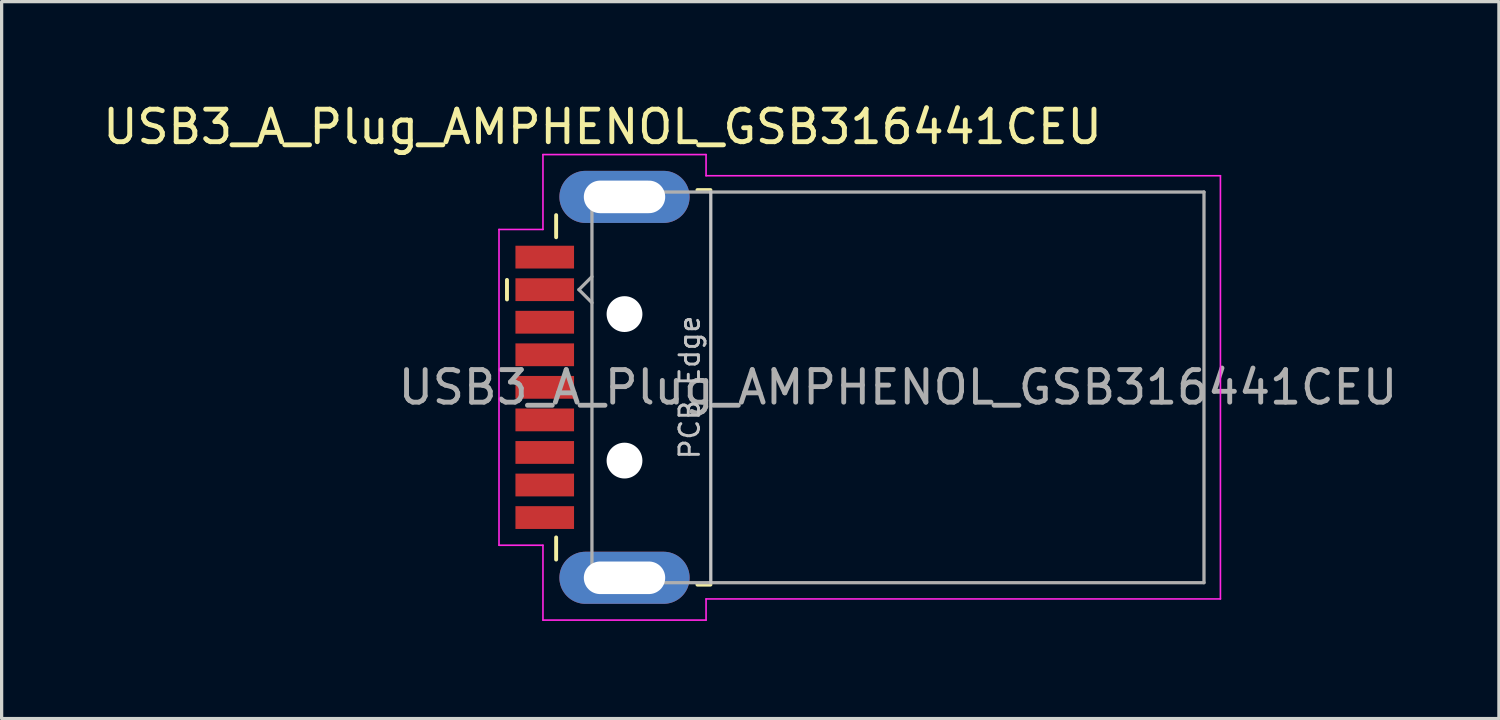
<source format=kicad_pcb>
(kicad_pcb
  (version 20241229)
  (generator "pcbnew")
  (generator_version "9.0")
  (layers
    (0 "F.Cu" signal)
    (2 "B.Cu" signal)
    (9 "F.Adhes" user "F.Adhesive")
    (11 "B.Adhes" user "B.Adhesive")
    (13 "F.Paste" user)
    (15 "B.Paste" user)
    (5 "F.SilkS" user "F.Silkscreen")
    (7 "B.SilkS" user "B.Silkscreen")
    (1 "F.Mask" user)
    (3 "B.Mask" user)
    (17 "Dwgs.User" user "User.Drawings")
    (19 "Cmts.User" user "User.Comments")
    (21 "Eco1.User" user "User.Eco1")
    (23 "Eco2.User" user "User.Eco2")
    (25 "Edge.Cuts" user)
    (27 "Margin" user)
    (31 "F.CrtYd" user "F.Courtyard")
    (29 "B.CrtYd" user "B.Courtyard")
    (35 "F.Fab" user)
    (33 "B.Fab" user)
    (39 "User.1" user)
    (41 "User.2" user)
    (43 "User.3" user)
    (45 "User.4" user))
  (footprint "USB3_A_Plug_AMPHENOL_GSB316441CEU"
    (layer "F.Cu")
    (at 15.458 8.848)
    (property "Reference" "USB3_A_Plug_AMPHENOL_GSB316441CEU" (at 0 -8 0) (layer "F.SilkS") (effects (font (size 1 1) (thickness 0.15))))
    (attr smd)
    (fp_line (start -2.935 -2.7) (end -2.935 -3.3) (stroke (width 0.12) (type solid)) (layer "F.SilkS"))
    (fp_line (start -1.425 -4.61) (end -1.425 -5.29) (stroke (width 0.12) (type solid)) (layer "F.SilkS"))
    (fp_line (start -1.425 4.61) (end -1.425 5.29) (stroke (width 0.12) (type solid)) (layer "F.SilkS"))
    (fp_line (start 3.315 -6.06) (end 2.915 -6.06) (stroke (width 0.12) (type solid)) (layer "F.SilkS"))
    (fp_line (start 3.315 6.06) (end 2.915 6.06) (stroke (width 0.12) (type solid)) (layer "F.SilkS"))
    (fp_line (start 3.325 6) (end 3.325 -6) (stroke (width 0.1) (type solid)) (layer "Dwgs.User"))
    (fp_line (start -3.18 -4.85) (end -3.18 4.85) (stroke (width 0.05) (type solid)) (layer "F.CrtYd"))
    (fp_line (start -1.83 -7.15) (end -1.83 -4.85) (stroke (width 0.05) (type solid)) (layer "F.CrtYd"))
    (fp_line (start -1.83 -4.85) (end -3.18 -4.85) (stroke (width 0.05) (type solid)) (layer "F.CrtYd"))
    (fp_line (start -1.83 4.85) (end -3.18 4.85) (stroke (width 0.05) (type solid)) (layer "F.CrtYd"))
    (fp_line (start -1.83 7.15) (end -1.83 4.85) (stroke (width 0.05) (type solid)) (layer "F.CrtYd"))
    (fp_line (start 3.18 -7.15) (end -1.83 -7.15) (stroke (width 0.05) (type solid)) (layer "F.CrtYd"))
    (fp_line (start 3.18 -6.5) (end 3.18 -7.15) (stroke (width 0.05) (type solid)) (layer "F.CrtYd"))
    (fp_line (start 3.18 6.5) (end 3.18 7.15) (stroke (width 0.05) (type solid)) (layer "F.CrtYd"))
    (fp_line (start 3.18 7.15) (end -1.83 7.15) (stroke (width 0.05) (type solid)) (layer "F.CrtYd"))
    (fp_line (start 18.98 -6.5) (end 3.18 -6.5) (stroke (width 0.05) (type solid)) (layer "F.CrtYd"))
    (fp_line (start 18.98 6.5) (end 3.18 6.5) (stroke (width 0.05) (type solid)) (layer "F.CrtYd"))
    (fp_line (start 18.98 6.5) (end 18.98 -6.5) (stroke (width 0.05) (type solid)) (layer "F.CrtYd"))
    (fp_line (start -0.725 -3) (end -0.325 -3.4) (stroke (width 0.1) (type solid)) (layer "F.Fab"))
    (fp_line (start -0.725 -3) (end -0.325 -2.6) (stroke (width 0.1) (type solid)) (layer "F.Fab"))
    (fp_line (start -0.325 6) (end -0.325 -6) (stroke (width 0.1) (type solid)) (layer "F.Fab"))
    (fp_line (start 18.475 -6) (end -0.325 -6) (stroke (width 0.1) (type solid)) (layer "F.Fab"))
    (fp_line (start 18.475 6) (end -0.325 6) (stroke (width 0.1) (type solid)) (layer "F.Fab"))
    (fp_line (start 18.475 6) (end 18.475 -6) (stroke (width 0.1) (type solid)) (layer "F.Fab"))
    (fp_text user "PCB Edge" (at 2.675 0 90) (layer "Dwgs.User") (effects (font (size 0.6 0.6) (thickness 0.09))))
    (fp_text user "${REFERENCE}" (at 9.075 0 180) (layer "F.Fab") (effects (font (size 1 1) (thickness 0.15))))
    (pad "" np_thru_hole circle (at 0.675 -2.25 90) (size 1.1 1.1) (drill 1.1) (layers "*.Cu" "*.Mask"))
    (pad "" np_thru_hole circle (at 0.675 2.25 90) (size 1.1 1.1) (drill 1.1) (layers "*.Cu" "*.Mask"))
    (pad "1" smd rect (at -1.775 -3 90) (size 0.7 1.8) (layers "F.Cu" "F.Mask" "F.Paste"))
    (pad "2" smd rect (at -1.775 -1 90) (size 0.7 1.8) (layers "F.Cu" "F.Mask" "F.Paste"))
    (pad "3" smd rect (at -1.775 1 90) (size 0.7 1.8) (layers "F.Cu" "F.Mask" "F.Paste"))
    (pad "4" smd rect (at -1.775 3 90) (size 0.7 1.8) (layers "F.Cu" "F.Mask" "F.Paste"))
    (pad "5" smd rect (at -1.775 4 90) (size 0.7 1.8) (layers "F.Cu" "F.Mask" "F.Paste"))
    (pad "6" smd rect (at -1.775 2 90) (size 0.7 1.8) (layers "F.Cu" "F.Mask" "F.Paste"))
    (pad "7" smd rect (at -1.775 0 90) (size 0.7 1.8) (layers "F.Cu" "F.Mask" "F.Paste"))
    (pad "8" smd rect (at -1.775 -2 90) (size 0.7 1.8) (layers "F.Cu" "F.Mask" "F.Paste"))
    (pad "9" smd rect (at -1.775 -4) (size 1.8 0.7) (layers "F.Cu" "F.Mask" "F.Paste"))
    (pad "10" thru_hole oval (at 0.675 -5.85 90) (size 1.6 4) (drill oval 1 2.5) (layers "*.Cu" "*.Mask"))
    (pad "10" thru_hole oval (at 0.675 5.85 90) (size 1.6 4) (drill oval 1 2.5) (layers "*.Cu" "*.Mask")))
  (gr_rect
    (start -3 -3)
    (end 42.992 19.023)
    (stroke (width 0.1) (type default))
    (fill no)
    (layer "Edge.Cuts")))
</source>
